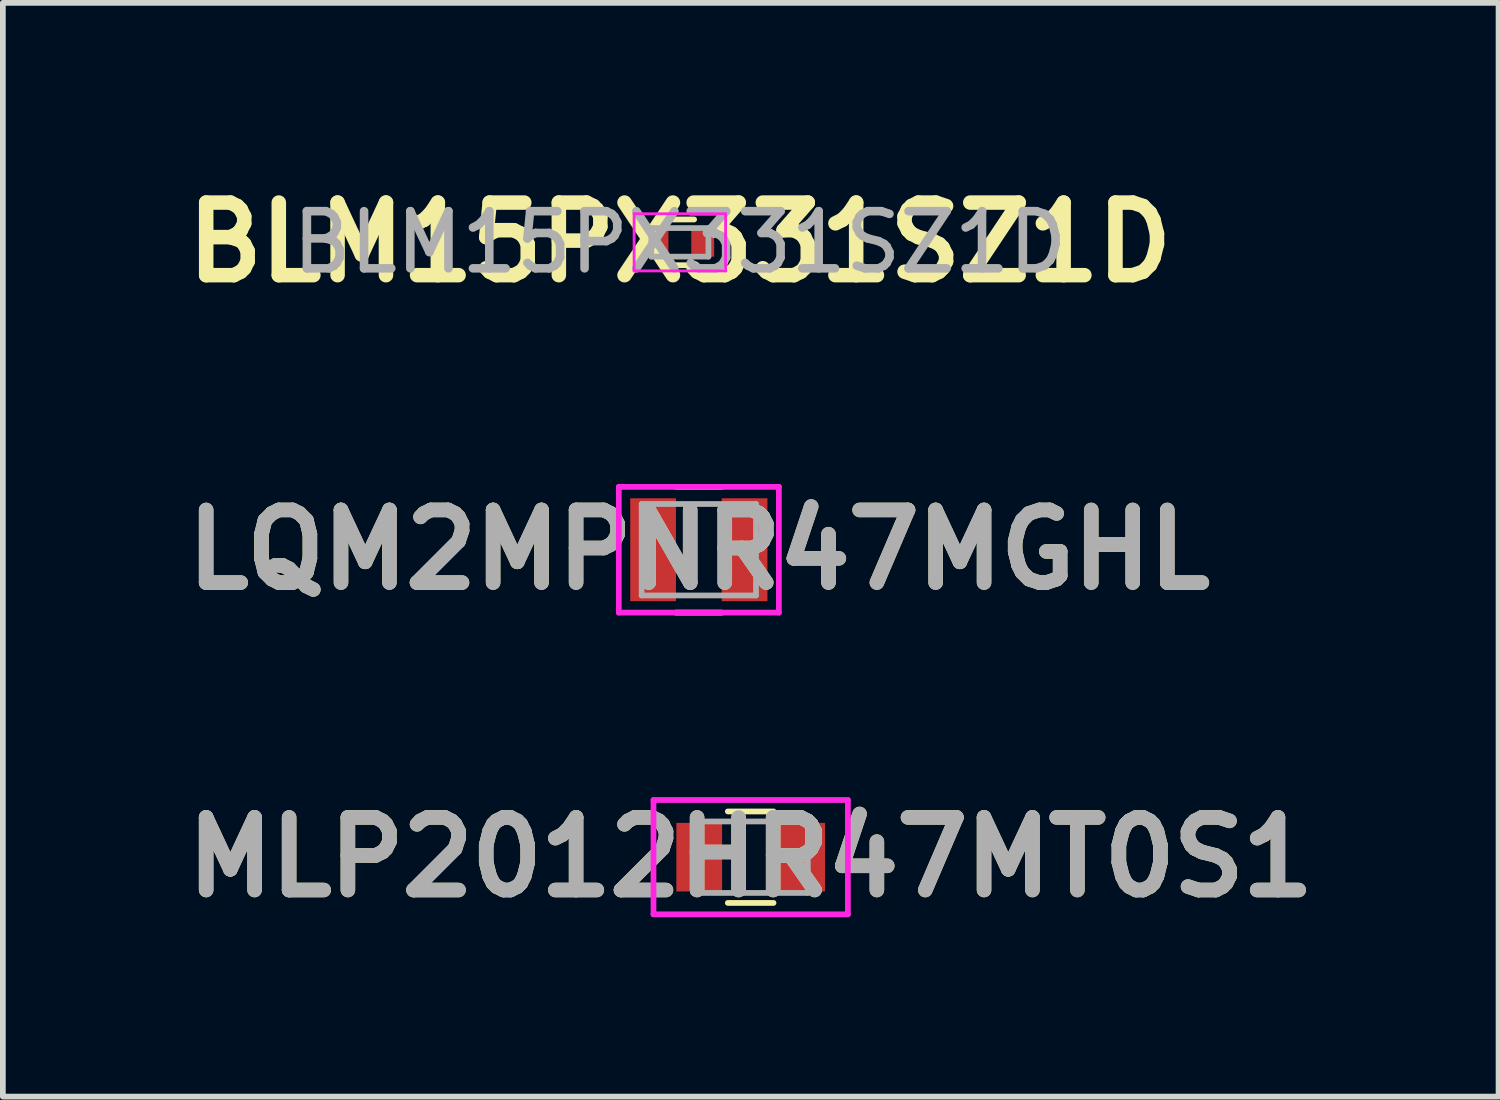
<source format=kicad_pcb>
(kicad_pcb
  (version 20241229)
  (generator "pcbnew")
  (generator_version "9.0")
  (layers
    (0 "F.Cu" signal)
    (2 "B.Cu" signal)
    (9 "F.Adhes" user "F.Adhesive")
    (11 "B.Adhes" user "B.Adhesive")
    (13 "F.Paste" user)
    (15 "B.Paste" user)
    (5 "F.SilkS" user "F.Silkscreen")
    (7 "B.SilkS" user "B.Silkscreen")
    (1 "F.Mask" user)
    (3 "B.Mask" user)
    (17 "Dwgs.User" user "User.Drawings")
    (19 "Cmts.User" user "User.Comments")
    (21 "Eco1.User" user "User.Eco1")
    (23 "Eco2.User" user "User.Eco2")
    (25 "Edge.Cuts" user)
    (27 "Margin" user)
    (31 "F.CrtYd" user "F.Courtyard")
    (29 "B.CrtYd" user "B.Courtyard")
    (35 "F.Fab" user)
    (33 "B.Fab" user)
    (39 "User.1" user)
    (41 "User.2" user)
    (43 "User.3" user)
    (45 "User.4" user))
  (footprint "LQM2MPNR47MGHL"
    (layer "F.Cu")
    (at 9.174 6.566)
    (property "Reference" "LQM2MPNR47MGHL" (at 0 0 0) (layer "F.SilkS") (effects (font (size 1.27 1.27) (thickness 0.254))))
    (attr smd)
    (fp_line (start -0.4 -1.1) (end 0.4 -1.1) (stroke (width 0.1) (type solid)) (layer "F.SilkS"))
    (fp_line (start -0.4 1.1) (end 0.4 1.1) (stroke (width 0.1) (type solid)) (layer "F.SilkS"))
    (fp_line (start -1.4 -1.1) (end 1.4 -1.1) (stroke (width 0.1) (type solid)) (layer "F.CrtYd"))
    (fp_line (start -1.4 1.1) (end -1.4 -1.1) (stroke (width 0.1) (type solid)) (layer "F.CrtYd"))
    (fp_line (start 1.4 -1.1) (end 1.4 1.1) (stroke (width 0.1) (type solid)) (layer "F.CrtYd"))
    (fp_line (start 1.4 1.1) (end -1.4 1.1) (stroke (width 0.1) (type solid)) (layer "F.CrtYd"))
    (fp_line (start -1 -0.8) (end 1 -0.8) (stroke (width 0.1) (type solid)) (layer "F.Fab"))
    (fp_line (start -1 0.8) (end -1 -0.8) (stroke (width 0.1) (type solid)) (layer "F.Fab"))
    (fp_line (start 1 -0.8) (end 1 0.8) (stroke (width 0.1) (type solid)) (layer "F.Fab"))
    (fp_line (start 1 0.8) (end -1 0.8) (stroke (width 0.1) (type solid)) (layer "F.Fab"))
    (fp_text user "${REFERENCE}" (at 0 0 0) (layer "F.Fab") (effects (font (size 1.27 1.27) (thickness 0.254))))
    (pad "1" smd rect (at -0.8 0) (size 0.8 1.8) (layers "F.Cu" "F.Mask" "F.Paste"))
    (pad "2" smd rect (at 0.8 0) (size 0.8 1.8) (layers "F.Cu" "F.Mask" "F.Paste")))
  (footprint "BLM15PX331SZ1D"
    (layer "F.Cu")
    (at 8.842 1.189)
    (property "Reference" "BLM15PX331SZ1D" (at 0 0 0) (unlocked yes) (layer "F.SilkS") (effects (font (size 1.27 1.27) (thickness 0.254) (bold yes))))
    (attr smd)
    (fp_line (start -0.25 -0.4) (end 0.25 -0.4) (stroke (width 0.1) (type solid)) (layer "F.SilkS"))
    (fp_line (start -0.25 0.4) (end 0.25 0.4) (stroke (width 0.1) (type solid)) (layer "F.SilkS"))
    (fp_line (start -0.8 -0.5) (end 0.8 -0.5) (stroke (width 0.05) (type solid)) (layer "F.CrtYd"))
    (fp_line (start -0.8 0.5) (end -0.8 -0.5) (stroke (width 0.05) (type solid)) (layer "F.CrtYd"))
    (fp_line (start 0.8 -0.5) (end 0.8 0.5) (stroke (width 0.05) (type solid)) (layer "F.CrtYd"))
    (fp_line (start 0.805 0.5) (end -0.8 0.5) (stroke (width 0.05) (type solid)) (layer "F.CrtYd"))
    (fp_line (start -0.5 -0.25) (end 0.5 -0.25) (stroke (width 0.1) (type solid)) (layer "F.Fab"))
    (fp_line (start -0.5 0.25) (end -0.5 -0.25) (stroke (width 0.1) (type solid)) (layer "F.Fab"))
    (fp_line (start -0.5 0.25) (end 0.5 0.25) (stroke (width 0.1) (type solid)) (layer "F.Fab"))
    (fp_line (start 0.5 -0.25) (end 0.5 0.25) (stroke (width 0.1) (type solid)) (layer "F.Fab"))
    (fp_text user "${REFERENCE}" (at 0 0 0) (unlocked yes) (layer "F.Fab") (effects (font (size 1 1) (thickness 0.15))))
    (pad "1" smd rect (at -0.4 0 180) (size 0.4 0.5) (layers "F.Cu" "F.Mask" "F.Paste"))
    (pad "2" smd rect (at 0.4 0 90) (size 0.5 0.4) (layers "F.Cu" "F.Mask" "F.Paste")))
  (footprint "MLP2012HR47MT0S1"
    (layer "F.Cu")
    (at 10.081 11.944)
    (property "Reference" "MLP2012HR47MT0S1" (at 0 0 0) (layer "F.SilkS") (effects (font (size 1.27 1.27) (thickness 0.254))))
    (attr smd)
    (fp_line (start -0.4 -0.8) (end 0.4 -0.8) (stroke (width 0.1) (type solid)) (layer "F.SilkS"))
    (fp_line (start -0.4 0.8) (end 0.4 0.8) (stroke (width 0.1) (type solid)) (layer "F.SilkS"))
    (fp_line (start -1.7 -1) (end 1.7 -1) (stroke (width 0.1) (type solid)) (layer "F.CrtYd"))
    (fp_line (start -1.7 1) (end -1.7 -1) (stroke (width 0.1) (type solid)) (layer "F.CrtYd"))
    (fp_line (start 1.7 -1) (end 1.7 1) (stroke (width 0.1) (type solid)) (layer "F.CrtYd"))
    (fp_line (start 1.7 1) (end -1.7 1) (stroke (width 0.1) (type solid)) (layer "F.CrtYd"))
    (fp_line (start -1 -0.625) (end 1 -0.625) (stroke (width 0.1) (type solid)) (layer "F.Fab"))
    (fp_line (start -1 0.625) (end -1 -0.625) (stroke (width 0.1) (type solid)) (layer "F.Fab"))
    (fp_line (start 1 -0.625) (end 1 0.625) (stroke (width 0.1) (type solid)) (layer "F.Fab"))
    (fp_line (start 1 0.625) (end -1 0.625) (stroke (width 0.1) (type solid)) (layer "F.Fab"))
    (fp_text user "${REFERENCE}" (at 0 0 0) (layer "F.Fab") (effects (font (size 1.27 1.27) (thickness 0.254))))
    (pad "1" smd rect (at -0.9 0) (size 0.8 1.2) (layers "F.Cu" "F.Mask" "F.Paste"))
    (pad "2" smd rect (at 0.9 0) (size 0.8 1.2) (layers "F.Cu" "F.Mask" "F.Paste")))
  (gr_rect
    (start -3 -3)
    (end 23.163 16.132)
    (stroke (width 0.1) (type default))
    (fill no)
    (layer "Edge.Cuts")))
</source>
